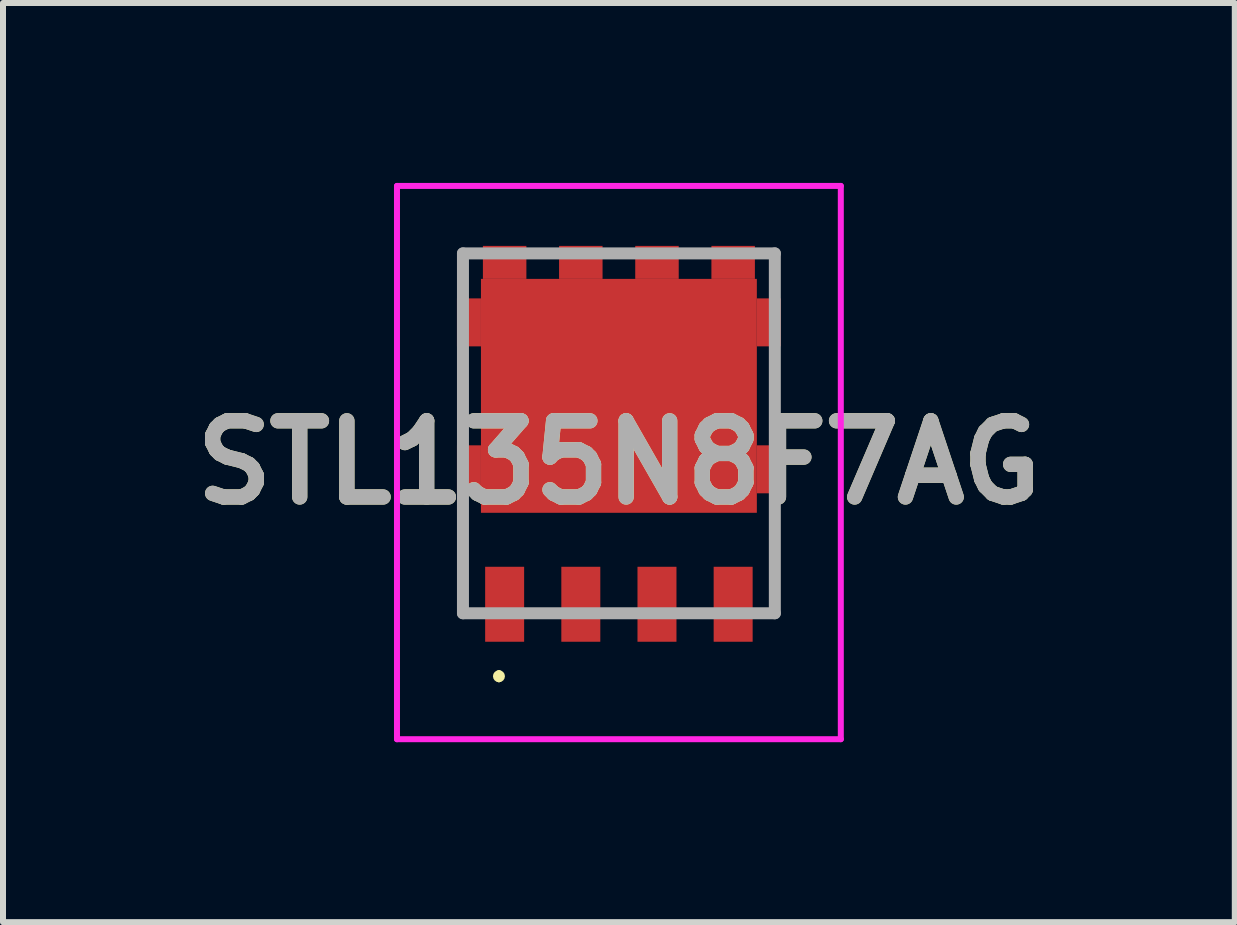
<source format=kicad_pcb>
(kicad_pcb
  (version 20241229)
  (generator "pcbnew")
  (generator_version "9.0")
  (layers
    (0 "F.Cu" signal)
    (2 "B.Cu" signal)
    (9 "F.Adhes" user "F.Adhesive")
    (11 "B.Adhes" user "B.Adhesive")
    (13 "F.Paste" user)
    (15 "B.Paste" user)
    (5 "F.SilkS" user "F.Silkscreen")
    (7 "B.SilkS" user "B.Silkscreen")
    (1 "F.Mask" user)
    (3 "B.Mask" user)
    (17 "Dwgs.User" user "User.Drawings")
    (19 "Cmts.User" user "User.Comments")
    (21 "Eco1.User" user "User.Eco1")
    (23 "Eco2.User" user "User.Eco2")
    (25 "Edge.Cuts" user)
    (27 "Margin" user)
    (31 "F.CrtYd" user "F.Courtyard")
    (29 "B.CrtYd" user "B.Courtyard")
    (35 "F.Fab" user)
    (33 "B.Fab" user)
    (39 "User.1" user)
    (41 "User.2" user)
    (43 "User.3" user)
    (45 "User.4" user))
  (footprint "STL135N8F7AG"
    (layer "F.Cu")
    (at 7.269 4.175)
    (property "Reference" "STL135N8F7AG" (at 0 0.487 0) (layer "F.SilkS") (effects (font (size 1.27 1.27) (thickness 0.254))))
    (attr smd)
    (fp_line (start -2.6 1.2) (end -2.6 3) (stroke (width 0.1) (type solid)) (layer "F.SilkS"))
    (fp_line (start -2.6 3) (end -2.4 3) (stroke (width 0.1) (type solid)) (layer "F.SilkS"))
    (fp_line (start -2 4) (end -2 4) (stroke (width 0.1) (type solid)) (layer "F.SilkS"))
    (fp_line (start -2 4.1) (end -2 4.1) (stroke (width 0.1) (type solid)) (layer "F.SilkS"))
    (fp_line (start 2.6 1.4) (end 2.6 3) (stroke (width 0.1) (type solid)) (layer "F.SilkS"))
    (fp_line (start 2.6 3) (end 2.4 3) (stroke (width 0.1) (type solid)) (layer "F.SilkS"))
    (fp_arc (start -2 4) (mid -1.95 4.05) (end -2 4.1) (stroke (width 0.1) (type solid)) (layer "F.SilkS"))
    (fp_arc (start -2 4.1) (mid -2.05 4.05) (end -2 4) (stroke (width 0.1) (type solid)) (layer "F.SilkS"))
    (fp_line (start -3.7 -4.125) (end 3.7 -4.125) (stroke (width 0.1) (type solid)) (layer "F.CrtYd"))
    (fp_line (start -3.7 5.1) (end -3.7 -4.125) (stroke (width 0.1) (type solid)) (layer "F.CrtYd"))
    (fp_line (start 3.7 -4.125) (end 3.7 5.1) (stroke (width 0.1) (type solid)) (layer "F.CrtYd"))
    (fp_line (start 3.7 5.1) (end -3.7 5.1) (stroke (width 0.1) (type solid)) (layer "F.CrtYd"))
    (fp_line (start -2.6 -3) (end 2.6 -3) (stroke (width 0.2) (type solid)) (layer "F.Fab"))
    (fp_line (start -2.6 3) (end -2.6 -3) (stroke (width 0.2) (type solid)) (layer "F.Fab"))
    (fp_line (start 2.6 -3) (end 2.6 3) (stroke (width 0.2) (type solid)) (layer "F.Fab"))
    (fp_line (start 2.6 3) (end -2.6 3) (stroke (width 0.2) (type solid)) (layer "F.Fab"))
    (fp_text user "${REFERENCE}" (at 0 0.487 0) (layer "F.Fab") (effects (font (size 1.27 1.27) (thickness 0.254))))
    (pad "1" smd rect (at -1.905 2.85) (size 0.65 1.25) (layers "F.Cu" "F.Mask" "F.Paste"))
    (pad "2" smd rect (at -0.635 2.85) (size 0.65 1.25) (layers "F.Cu" "F.Mask" "F.Paste"))
    (pad "3" smd rect (at 0.635 2.85) (size 0.65 1.25) (layers "F.Cu" "F.Mask" "F.Paste"))
    (pad "4" smd rect (at 1.905 2.85) (size 0.65 1.25) (layers "F.Cu" "F.Mask" "F.Paste"))
    (pad "5" smd rect (at 1.905 -2.85 90) (size 0.55 0.725) (layers "F.Cu" "F.Mask" "F.Paste"))
    (pad "6" smd rect (at 0.635 -2.85 90) (size 0.55 0.725) (layers "F.Cu" "F.Mask" "F.Paste"))
    (pad "7" smd rect (at -0.635 -2.85 90) (size 0.55 0.725) (layers "F.Cu" "F.Mask" "F.Paste"))
    (pad "8" smd rect (at -1.905 -2.85 90) (size 0.55 0.725) (layers "F.Cu" "F.Mask" "F.Paste"))
    (pad "9" smd rect (at 0 -0.625 90) (size 3.9 4.6) (layers "F.Cu" "F.Mask" "F.Paste"))
    (pad "10" smd rect (at 2.5 -1.85) (size 0.4 0.8) (layers "F.Cu" "F.Mask" "F.Paste"))
    (pad "11" smd rect (at 2.5 0.6) (size 0.4 0.8) (layers "F.Cu" "F.Mask" "F.Paste"))
    (pad "12" smd rect (at -2.5 -1.85) (size 0.4 0.8) (layers "F.Cu" "F.Mask" "F.Paste"))
    (pad "13" smd rect (at -2.5 0.6) (size 0.4 0.8) (layers "F.Cu" "F.Mask" "F.Paste")))
  (gr_rect
    (start -3 -3)
    (end 17.538 12.325)
    (stroke (width 0.1) (type default))
    (fill no)
    (layer "Edge.Cuts")))
</source>
